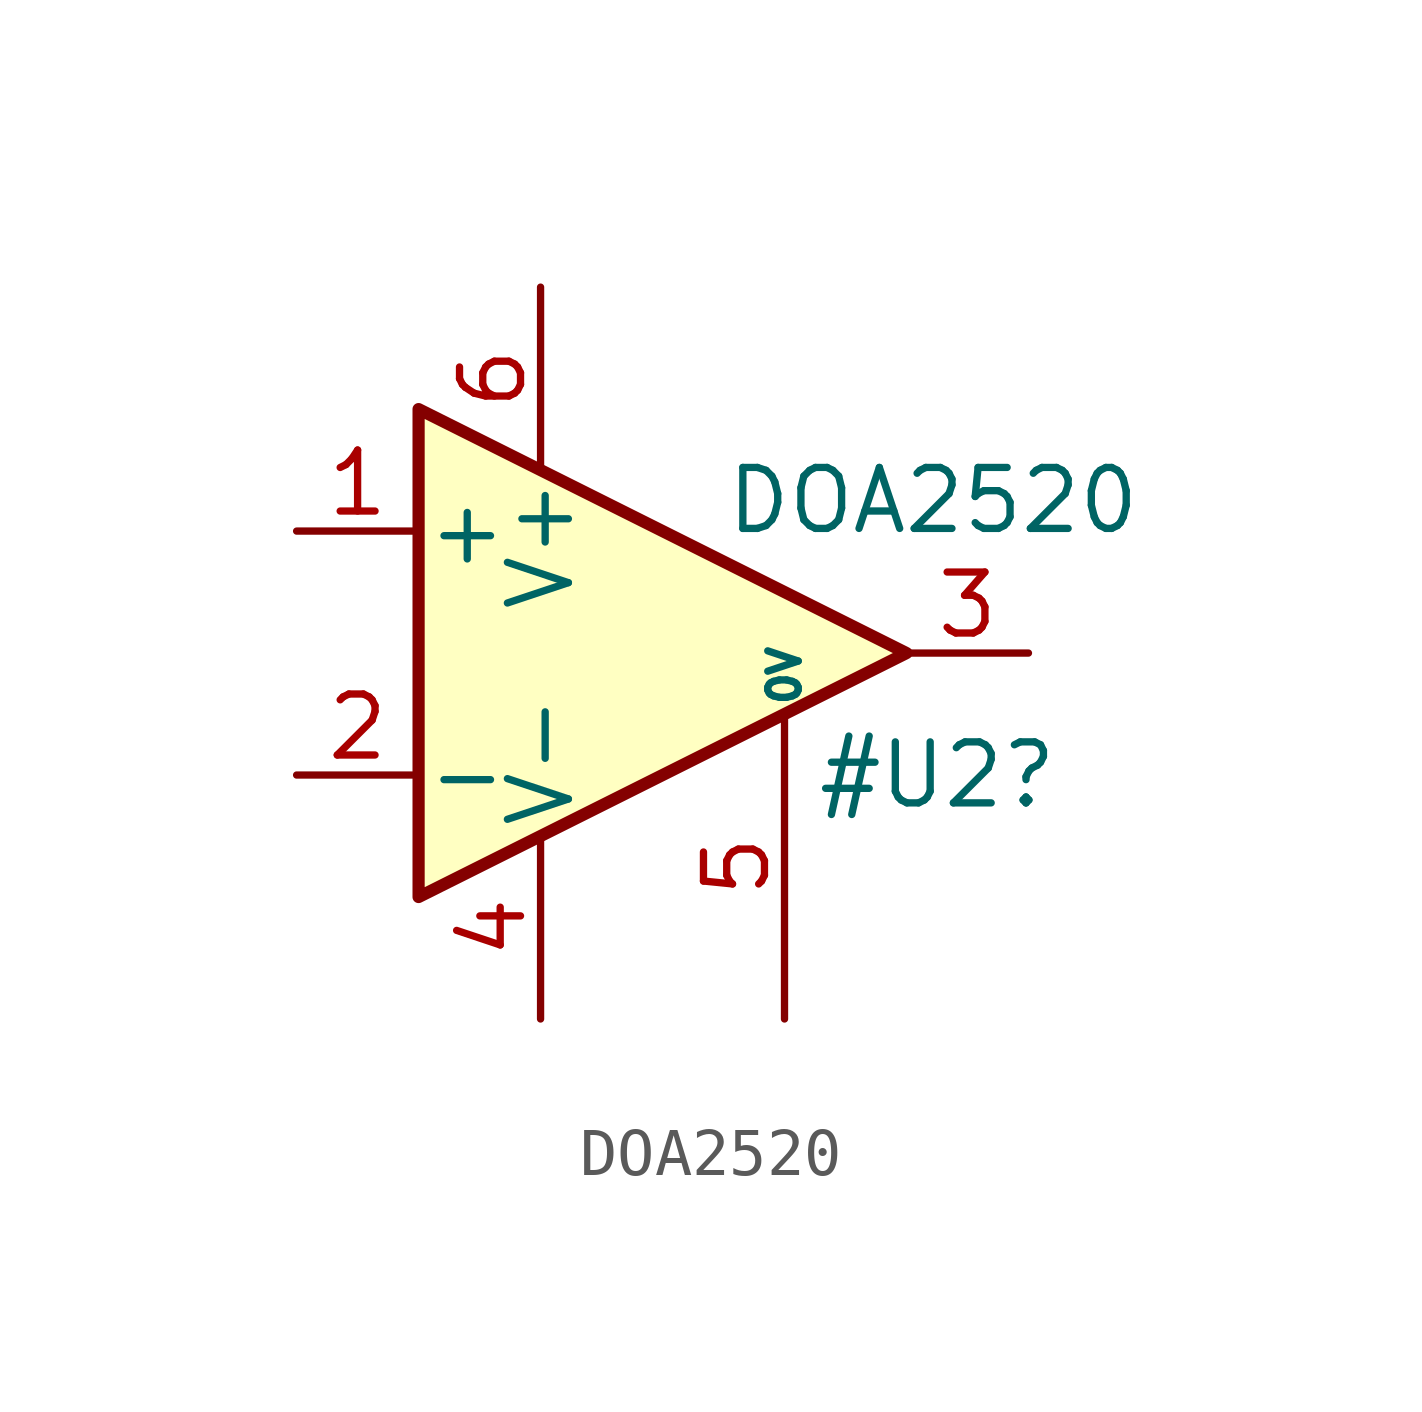
<source format=kicad_sym>
(kicad_symbol_lib
  (version 20220914)
  (generator kicad_symbol_editor)
  (symbol "DOA2520"
    (pin_names
      (offset 0.127))
    (property "Reference" "#U2"
      (at 3.175 -2.54 0)
      (effects (font (size 1.27 1.27)) (justify left)))
    (property "Value" "DOA2520"
      (at 1.27 3.175 0)
      (effects (font (size 1.27 1.27)) (justify left)))
    (symbol "DOA2520_0_1"
      (polyline (pts (xy -5.08 5.08) (xy 5.08 0) (xy -5.08 -5.08) (xy -5.08 5.08)) (stroke (width 0.254) (type default)) (fill (type background))))
    (symbol "DOA2520_1_1"
      (pin input line (at -7.62 2.54 0) (length 2.54) (name "+" (effects (font (size 1.27 1.27)))) (number "1" (effects (font (size 1.27 1.27)))))
      (pin input line (at -7.62 -2.54 0) (length 2.54) (name "-" (effects (font (size 1.27 1.27)))) (number "2" (effects (font (size 1.27 1.27)))))
      (pin output line (at 7.62 0 180) (length 2.54) (name "~" (effects (font (size 1.27 1.27)))) (number "3" (effects (font (size 1.27 1.27)))))
      (pin power_in line (at -2.54 -7.62 90) (length 3.81) (name "V-" (effects (font (size 1.27 1.27)))) (number "4" (effects (font (size 1.27 1.27)))))
      (pin input line (at 2.54 -7.62 90) (length 6.35) (name "0V" (effects (font (size 0.635 0.635)))) (number "5" (effects (font (size 1.27 1.27)))))
      (pin power_in line (at -2.54 7.62 270) (length 3.81) (name "V+" (effects (font (size 1.27 1.27)))) (number "6" (effects (font (size 1.27 1.27))))))))
</source>
